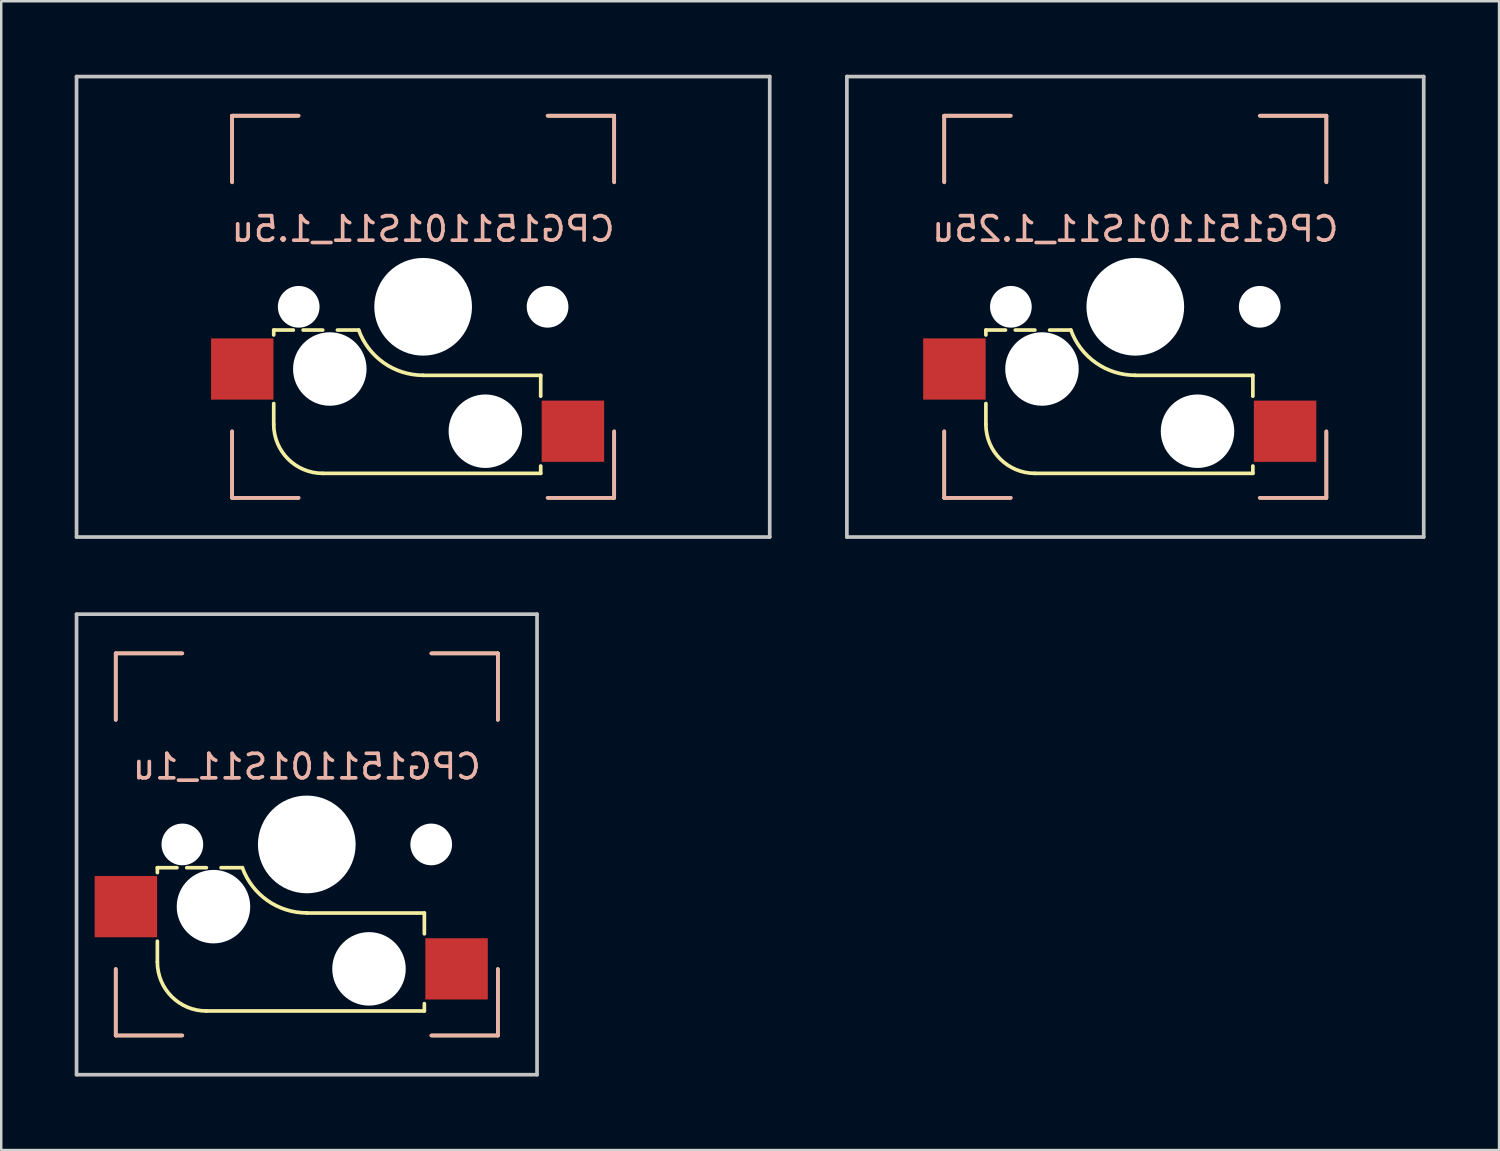
<source format=kicad_pcb>
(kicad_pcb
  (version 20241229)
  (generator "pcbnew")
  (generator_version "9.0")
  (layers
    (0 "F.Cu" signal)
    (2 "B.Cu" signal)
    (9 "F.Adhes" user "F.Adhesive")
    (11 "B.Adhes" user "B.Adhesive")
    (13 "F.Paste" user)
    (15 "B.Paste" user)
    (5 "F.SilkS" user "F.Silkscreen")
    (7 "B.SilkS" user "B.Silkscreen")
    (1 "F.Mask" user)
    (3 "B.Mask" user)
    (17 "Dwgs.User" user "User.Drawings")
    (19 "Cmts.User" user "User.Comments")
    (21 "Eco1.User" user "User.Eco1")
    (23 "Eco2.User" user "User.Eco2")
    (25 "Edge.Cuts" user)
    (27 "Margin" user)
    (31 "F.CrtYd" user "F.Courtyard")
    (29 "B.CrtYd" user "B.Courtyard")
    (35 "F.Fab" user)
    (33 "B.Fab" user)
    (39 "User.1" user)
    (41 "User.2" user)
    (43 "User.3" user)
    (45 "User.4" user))
  (footprint "CPG151101S11_1.5u"
    (layer "F.Cu")
    (at 14.225 9.475)
    (property "Reference" "CPG151101S11_1.5u" (at 0 -3.175 0) (layer "B.SilkS") (effects (font (size 1 1) (thickness 0.15)) (justify mirror)))
    (attr through_hole)
    (fp_line (start -7.8 -7.8) (end -7.8 -5.1) (stroke (width 0.15) (type solid)) (layer "F.SilkS"))
    (fp_line (start -7.8 5.1) (end -7.8 7.8) (stroke (width 0.15) (type solid)) (layer "F.SilkS"))
    (fp_line (start -7.8 7.8) (end -5.1 7.8) (stroke (width 0.15) (type solid)) (layer "F.SilkS"))
    (fp_line (start -6.1 0.95) (end -6.1 1.15) (stroke (width 0.15) (type solid)) (layer "F.SilkS"))
    (fp_line (start -6.1 4.8) (end -6.1 3.95) (stroke (width 0.15) (type solid)) (layer "F.SilkS"))
    (fp_line (start -5.3 0.95) (end -6.1 0.95) (stroke (width 0.15) (type solid)) (layer "F.SilkS"))
    (fp_line (start -5.1 -7.8) (end -7.8 -7.8) (stroke (width 0.15) (type solid)) (layer "F.SilkS"))
    (fp_line (start -4.9 0.95) (end -4.1 0.95) (stroke (width 0.15) (type solid)) (layer "F.SilkS"))
    (fp_line (start -3.5 0.95) (end -2.63 0.95) (stroke (width 0.15) (type solid)) (layer "F.SilkS"))
    (fp_line (start 4.8 2.8) (end 0 2.8) (stroke (width 0.15) (type solid)) (layer "F.SilkS"))
    (fp_line (start 4.8 2.8) (end 4.8 3.65) (stroke (width 0.15) (type solid)) (layer "F.SilkS"))
    (fp_line (start 4.8 6.8) (end -4.1 6.8) (stroke (width 0.15) (type solid)) (layer "F.SilkS"))
    (fp_line (start 4.8 6.8) (end 4.8 6.5) (stroke (width 0.15) (type solid)) (layer "F.SilkS"))
    (fp_line (start 5.1 7.8) (end 7.8 7.8) (stroke (width 0.15) (type solid)) (layer "F.SilkS"))
    (fp_line (start 7.8 -7.8) (end 5.1 -7.8) (stroke (width 0.15) (type solid)) (layer "F.SilkS"))
    (fp_line (start 7.8 -5.1) (end 7.8 -7.8) (stroke (width 0.15) (type solid)) (layer "F.SilkS"))
    (fp_line (start 7.8 7.8) (end 7.8 5.1) (stroke (width 0.15) (type solid)) (layer "F.SilkS"))
    (fp_arc (start -4.1 6.8) (mid -5.514214 6.214214) (end -6.1 4.8) (stroke (width 0.15) (type solid)) (layer "F.SilkS"))
    (fp_arc (start 0 2.796319) (mid -1.606689 2.288657) (end -2.63 0.95) (stroke (width 0.15) (type solid)) (layer "F.SilkS"))
    (fp_line (start -7.8 -7.8) (end -5.08 -7.8) (stroke (width 0.15) (type solid)) (layer "B.SilkS"))
    (fp_line (start -7.8 -5.08) (end -7.8 -7.8) (stroke (width 0.15) (type solid)) (layer "B.SilkS"))
    (fp_line (start -7.8 5.08) (end -7.8 7.8) (stroke (width 0.15) (type solid)) (layer "B.SilkS"))
    (fp_line (start -7.8 7.8) (end -5.08 7.8) (stroke (width 0.15) (type solid)) (layer "B.SilkS"))
    (fp_line (start 5.08 -7.8) (end 7.8 -7.8) (stroke (width 0.15) (type solid)) (layer "B.SilkS"))
    (fp_line (start 7.8 -7.8) (end 7.8 -5.08) (stroke (width 0.15) (type solid)) (layer "B.SilkS"))
    (fp_line (start 7.8 5.08) (end 7.8 7.8) (stroke (width 0.15) (type solid)) (layer "B.SilkS"))
    (fp_line (start 7.8 7.8) (end 5.08 7.8) (stroke (width 0.15) (type solid)) (layer "B.SilkS"))
    (fp_line (start -14.15 -9.4) (end -14.15 9.4) (stroke (width 0.15) (type solid)) (layer "Dwgs.User"))
    (fp_line (start -14.15 9.4) (end 14.15 9.4) (stroke (width 0.15) (type solid)) (layer "Dwgs.User"))
    (fp_line (start 14.15 -9.4) (end -14.15 -9.4) (stroke (width 0.15) (type solid)) (layer "Dwgs.User"))
    (fp_line (start 14.15 9.4) (end 14.15 -9.4) (stroke (width 0.15) (type solid)) (layer "Dwgs.User"))
    (fp_line (start -0.635 3.81) (end -0.635 3.81) (stroke (width 0.1) (type solid)) (layer "Eco1.User"))
    (fp_line (start -7 -7) (end -7 7) (stroke (width 0.15) (type solid)) (layer "Eco2.User"))
    (fp_line (start -7 -7) (end 7 -7) (stroke (width 0.15) (type solid)) (layer "Eco2.User"))
    (fp_line (start 7 7) (end -7 7) (stroke (width 0.15) (type solid)) (layer "Eco2.User"))
    (fp_line (start 7 7) (end 7 -7) (stroke (width 0.15) (type solid)) (layer "Eco2.User"))
    (pad "" np_thru_hole circle (at -5.08 0 180) (size 1.702 1.702) (drill 1.702) (layers "*.Cu" "*.Mask"))
    (pad "" np_thru_hole circle (at -3.81 2.54 180) (size 3 3) (drill 3) (layers "*.Cu" "*.Mask"))
    (pad "" np_thru_hole circle (at 0 0 180) (size 3.988 3.988) (drill 3.988) (layers "*.Cu" "*.Mask"))
    (pad "" np_thru_hole circle (at 2.54 5.08 180) (size 3 3) (drill 3) (layers "*.Cu" "*.Mask"))
    (pad "" np_thru_hole circle (at 5.08 0 180) (size 1.702 1.702) (drill 1.702) (layers "*.Cu" "*.Mask"))
    (pad "1" smd rect (at -7.385 2.54 180) (size 2.55 2.5) (layers "F.Cu" "F.Mask" "F.Paste"))
    (pad "2" smd rect (at 6.115 5.08) (size 2.55 2.5) (layers "F.Cu" "F.Mask" "F.Paste")))
  (footprint "CPG151101S11_1u"
    (layer "F.Cu")
    (at 9.475 31.425)
    (property "Reference" "CPG151101S11_1u" (at 0 -3.175 0) (layer "B.SilkS") (effects (font (size 1 1) (thickness 0.15)) (justify mirror)))
    (attr through_hole)
    (fp_line (start -7.8 -7.8) (end -7.8 -5.1) (stroke (width 0.15) (type solid)) (layer "F.SilkS"))
    (fp_line (start -7.8 5.1) (end -7.8 7.8) (stroke (width 0.15) (type solid)) (layer "F.SilkS"))
    (fp_line (start -7.8 7.8) (end -5.1 7.8) (stroke (width 0.15) (type solid)) (layer "F.SilkS"))
    (fp_line (start -6.1 0.95) (end -6.1 1.15) (stroke (width 0.15) (type solid)) (layer "F.SilkS"))
    (fp_line (start -6.1 4.8) (end -6.1 3.95) (stroke (width 0.15) (type solid)) (layer "F.SilkS"))
    (fp_line (start -5.3 0.95) (end -6.1 0.95) (stroke (width 0.15) (type solid)) (layer "F.SilkS"))
    (fp_line (start -5.1 -7.8) (end -7.8 -7.8) (stroke (width 0.15) (type solid)) (layer "F.SilkS"))
    (fp_line (start -4.9 0.95) (end -4.1 0.95) (stroke (width 0.15) (type solid)) (layer "F.SilkS"))
    (fp_line (start -3.5 0.95) (end -2.63 0.95) (stroke (width 0.15) (type solid)) (layer "F.SilkS"))
    (fp_line (start 4.8 2.8) (end 0 2.8) (stroke (width 0.15) (type solid)) (layer "F.SilkS"))
    (fp_line (start 4.8 2.8) (end 4.8 3.65) (stroke (width 0.15) (type solid)) (layer "F.SilkS"))
    (fp_line (start 4.8 6.8) (end -4.1 6.8) (stroke (width 0.15) (type solid)) (layer "F.SilkS"))
    (fp_line (start 4.8 6.8) (end 4.8 6.5) (stroke (width 0.15) (type solid)) (layer "F.SilkS"))
    (fp_line (start 5.1 7.8) (end 7.8 7.8) (stroke (width 0.15) (type solid)) (layer "F.SilkS"))
    (fp_line (start 7.8 -7.8) (end 5.1 -7.8) (stroke (width 0.15) (type solid)) (layer "F.SilkS"))
    (fp_line (start 7.8 -5.1) (end 7.8 -7.8) (stroke (width 0.15) (type solid)) (layer "F.SilkS"))
    (fp_line (start 7.8 7.8) (end 7.8 5.1) (stroke (width 0.15) (type solid)) (layer "F.SilkS"))
    (fp_arc (start -4.1 6.8) (mid -5.514214 6.214214) (end -6.1 4.8) (stroke (width 0.15) (type solid)) (layer "F.SilkS"))
    (fp_arc (start 0 2.796319) (mid -1.606689 2.288657) (end -2.63 0.95) (stroke (width 0.15) (type solid)) (layer "F.SilkS"))
    (fp_line (start -7.8 -7.8) (end -5.08 -7.8) (stroke (width 0.15) (type solid)) (layer "B.SilkS"))
    (fp_line (start -7.8 -5.08) (end -7.8 -7.8) (stroke (width 0.15) (type solid)) (layer "B.SilkS"))
    (fp_line (start -7.8 5.08) (end -7.8 7.8) (stroke (width 0.15) (type solid)) (layer "B.SilkS"))
    (fp_line (start -7.8 7.8) (end -5.08 7.8) (stroke (width 0.15) (type solid)) (layer "B.SilkS"))
    (fp_line (start 5.08 -7.8) (end 7.8 -7.8) (stroke (width 0.15) (type solid)) (layer "B.SilkS"))
    (fp_line (start 7.8 -7.8) (end 7.8 -5.08) (stroke (width 0.15) (type solid)) (layer "B.SilkS"))
    (fp_line (start 7.8 5.08) (end 7.8 7.8) (stroke (width 0.15) (type solid)) (layer "B.SilkS"))
    (fp_line (start 7.8 7.8) (end 5.08 7.8) (stroke (width 0.15) (type solid)) (layer "B.SilkS"))
    (fp_line (start -9.4 -9.4) (end -9.4 9.4) (stroke (width 0.15) (type solid)) (layer "Dwgs.User"))
    (fp_line (start -9.4 9.4) (end 9.4 9.4) (stroke (width 0.15) (type solid)) (layer "Dwgs.User"))
    (fp_line (start 9.4 -9.4) (end -9.4 -9.4) (stroke (width 0.15) (type solid)) (layer "Dwgs.User"))
    (fp_line (start 9.4 9.4) (end 9.4 -9.4) (stroke (width 0.15) (type solid)) (layer "Dwgs.User"))
    (fp_line (start -0.635 3.81) (end -0.635 3.81) (stroke (width 0.1) (type solid)) (layer "Eco1.User"))
    (fp_line (start -7 -7) (end -7 7) (stroke (width 0.15) (type solid)) (layer "Eco2.User"))
    (fp_line (start -7 -7) (end 7 -7) (stroke (width 0.15) (type solid)) (layer "Eco2.User"))
    (fp_line (start 7 7) (end -7 7) (stroke (width 0.15) (type solid)) (layer "Eco2.User"))
    (fp_line (start 7 7) (end 7 -7) (stroke (width 0.15) (type solid)) (layer "Eco2.User"))
    (pad "" np_thru_hole circle (at -5.08 0 180) (size 1.702 1.702) (drill 1.702) (layers "*.Cu" "*.Mask"))
    (pad "" np_thru_hole circle (at -3.81 2.54 180) (size 3 3) (drill 3) (layers "*.Cu" "*.Mask"))
    (pad "" np_thru_hole circle (at 0 0 180) (size 3.988 3.988) (drill 3.988) (layers "*.Cu" "*.Mask"))
    (pad "" np_thru_hole circle (at 2.54 5.08 180) (size 3 3) (drill 3) (layers "*.Cu" "*.Mask"))
    (pad "" np_thru_hole circle (at 5.08 0 180) (size 1.702 1.702) (drill 1.702) (layers "*.Cu" "*.Mask"))
    (pad "1" smd rect (at -7.385 2.54 180) (size 2.55 2.5) (layers "F.Cu" "F.Mask" "F.Paste"))
    (pad "2" smd rect (at 6.115 5.08) (size 2.55 2.5) (layers "F.Cu" "F.Mask" "F.Paste")))
  (footprint "CPG151101S11_1.25u"
    (layer "F.Cu")
    (at 43.3 9.475)
    (property "Reference" "CPG151101S11_1.25u" (at 0 -3.175 0) (layer "B.SilkS") (effects (font (size 1 1) (thickness 0.15)) (justify mirror)))
    (attr through_hole)
    (fp_line (start -7.8 -7.8) (end -7.8 -5.1) (stroke (width 0.15) (type solid)) (layer "F.SilkS"))
    (fp_line (start -7.8 5.1) (end -7.8 7.8) (stroke (width 0.15) (type solid)) (layer "F.SilkS"))
    (fp_line (start -7.8 7.8) (end -5.1 7.8) (stroke (width 0.15) (type solid)) (layer "F.SilkS"))
    (fp_line (start -6.1 0.95) (end -6.1 1.15) (stroke (width 0.15) (type solid)) (layer "F.SilkS"))
    (fp_line (start -6.1 4.8) (end -6.1 3.95) (stroke (width 0.15) (type solid)) (layer "F.SilkS"))
    (fp_line (start -5.3 0.95) (end -6.1 0.95) (stroke (width 0.15) (type solid)) (layer "F.SilkS"))
    (fp_line (start -5.1 -7.8) (end -7.8 -7.8) (stroke (width 0.15) (type solid)) (layer "F.SilkS"))
    (fp_line (start -4.9 0.95) (end -4.1 0.95) (stroke (width 0.15) (type solid)) (layer "F.SilkS"))
    (fp_line (start -3.5 0.95) (end -2.63 0.95) (stroke (width 0.15) (type solid)) (layer "F.SilkS"))
    (fp_line (start 4.8 2.8) (end 0 2.8) (stroke (width 0.15) (type solid)) (layer "F.SilkS"))
    (fp_line (start 4.8 2.8) (end 4.8 3.65) (stroke (width 0.15) (type solid)) (layer "F.SilkS"))
    (fp_line (start 4.8 6.8) (end -4.1 6.8) (stroke (width 0.15) (type solid)) (layer "F.SilkS"))
    (fp_line (start 4.8 6.8) (end 4.8 6.5) (stroke (width 0.15) (type solid)) (layer "F.SilkS"))
    (fp_line (start 5.1 7.8) (end 7.8 7.8) (stroke (width 0.15) (type solid)) (layer "F.SilkS"))
    (fp_line (start 7.8 -7.8) (end 5.1 -7.8) (stroke (width 0.15) (type solid)) (layer "F.SilkS"))
    (fp_line (start 7.8 -5.1) (end 7.8 -7.8) (stroke (width 0.15) (type solid)) (layer "F.SilkS"))
    (fp_line (start 7.8 7.8) (end 7.8 5.1) (stroke (width 0.15) (type solid)) (layer "F.SilkS"))
    (fp_arc (start -4.1 6.8) (mid -5.514214 6.214214) (end -6.1 4.8) (stroke (width 0.15) (type solid)) (layer "F.SilkS"))
    (fp_arc (start 0 2.796319) (mid -1.606689 2.288657) (end -2.63 0.95) (stroke (width 0.15) (type solid)) (layer "F.SilkS"))
    (fp_line (start -7.8 -7.8) (end -5.08 -7.8) (stroke (width 0.15) (type solid)) (layer "B.SilkS"))
    (fp_line (start -7.8 -5.08) (end -7.8 -7.8) (stroke (width 0.15) (type solid)) (layer "B.SilkS"))
    (fp_line (start -7.8 5.08) (end -7.8 7.8) (stroke (width 0.15) (type solid)) (layer "B.SilkS"))
    (fp_line (start -7.8 7.8) (end -5.08 7.8) (stroke (width 0.15) (type solid)) (layer "B.SilkS"))
    (fp_line (start 5.08 -7.8) (end 7.8 -7.8) (stroke (width 0.15) (type solid)) (layer "B.SilkS"))
    (fp_line (start 7.8 -7.8) (end 7.8 -5.08) (stroke (width 0.15) (type solid)) (layer "B.SilkS"))
    (fp_line (start 7.8 5.08) (end 7.8 7.8) (stroke (width 0.15) (type solid)) (layer "B.SilkS"))
    (fp_line (start 7.8 7.8) (end 5.08 7.8) (stroke (width 0.15) (type solid)) (layer "B.SilkS"))
    (fp_line (start -11.775 -9.4) (end -11.775 9.4) (stroke (width 0.15) (type solid)) (layer "Dwgs.User"))
    (fp_line (start -11.775 9.4) (end 11.775 9.4) (stroke (width 0.15) (type solid)) (layer "Dwgs.User"))
    (fp_line (start 11.775 -9.4) (end -11.775 -9.4) (stroke (width 0.15) (type solid)) (layer "Dwgs.User"))
    (fp_line (start 11.775 9.4) (end 11.775 -9.4) (stroke (width 0.15) (type solid)) (layer "Dwgs.User"))
    (fp_line (start -0.635 3.81) (end -0.635 3.81) (stroke (width 0.1) (type solid)) (layer "Eco1.User"))
    (fp_line (start -7 -7) (end -7 7) (stroke (width 0.15) (type solid)) (layer "Eco2.User"))
    (fp_line (start -7 -7) (end 7 -7) (stroke (width 0.15) (type solid)) (layer "Eco2.User"))
    (fp_line (start 7 7) (end -7 7) (stroke (width 0.15) (type solid)) (layer "Eco2.User"))
    (fp_line (start 7 7) (end 7 -7) (stroke (width 0.15) (type solid)) (layer "Eco2.User"))
    (pad "" np_thru_hole circle (at -5.08 0 180) (size 1.702 1.702) (drill 1.702) (layers "*.Cu" "*.Mask"))
    (pad "" np_thru_hole circle (at -3.81 2.54 180) (size 3 3) (drill 3) (layers "*.Cu" "*.Mask"))
    (pad "" np_thru_hole circle (at 0 0) (size 3.988 3.988) (drill 3.988) (layers "*.Cu" "*.Mask"))
    (pad "" np_thru_hole circle (at 2.54 5.08 180) (size 3 3) (drill 3) (layers "*.Cu" "*.Mask"))
    (pad "" np_thru_hole circle (at 5.08 0 180) (size 1.702 1.702) (drill 1.702) (layers "*.Cu" "*.Mask"))
    (pad "1" smd rect (at -7.385 2.54 180) (size 2.55 2.5) (layers "F.Cu" "F.Mask" "F.Paste"))
    (pad "2" smd rect (at 6.115 5.08) (size 2.55 2.5) (layers "F.Cu" "F.Mask" "F.Paste")))
  (gr_rect
    (start -3 -3)
    (end 58.15 43.9)
    (stroke (width 0.1) (type default))
    (fill no)
    (layer "Edge.Cuts")))
</source>
